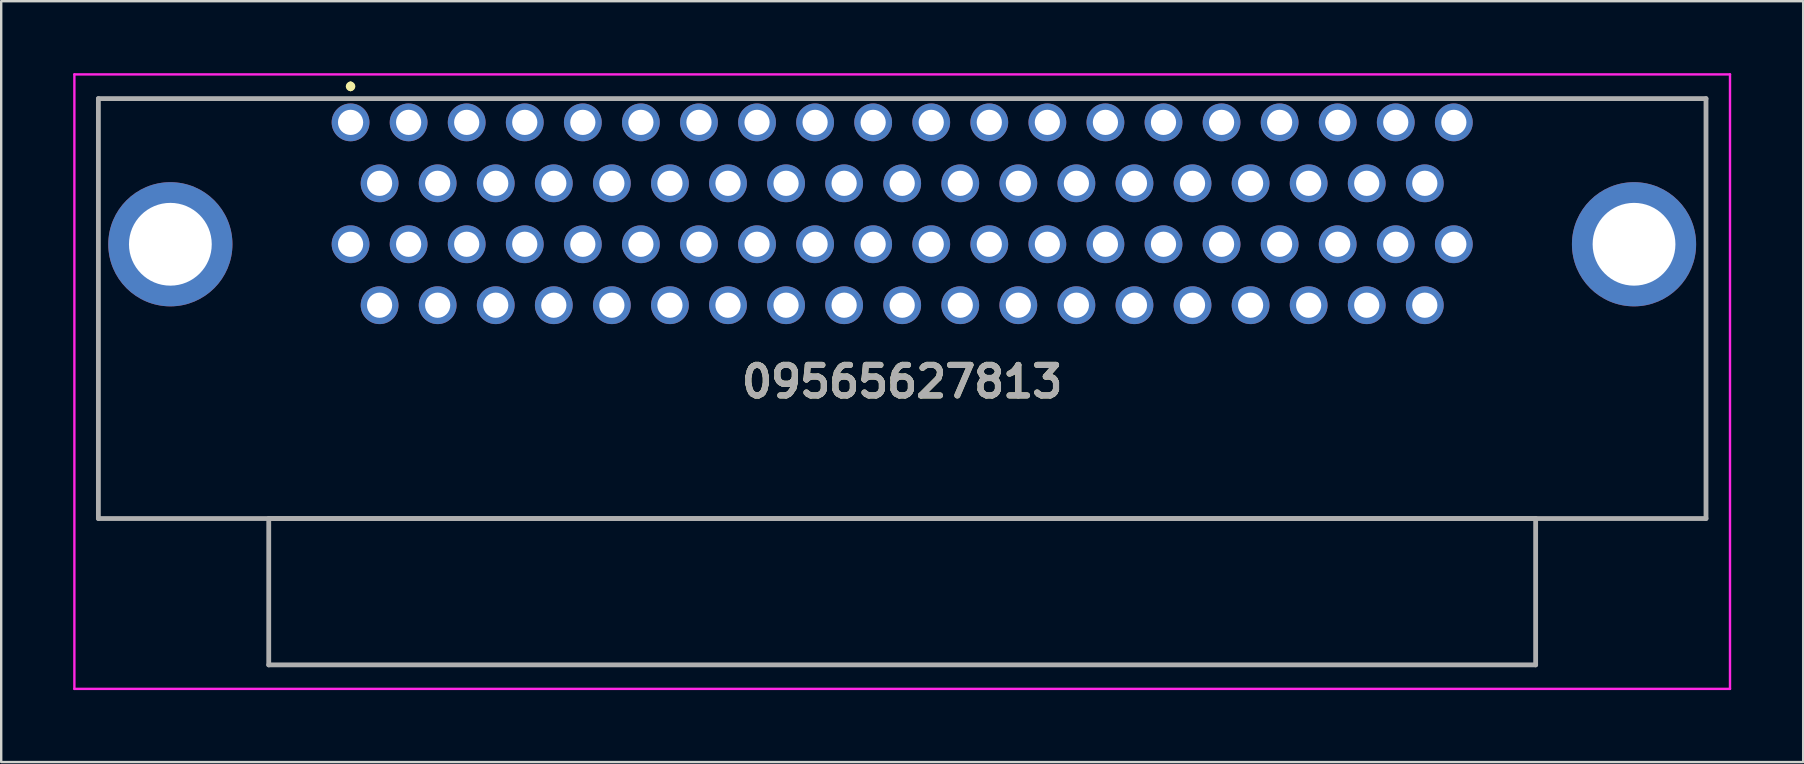
<source format=kicad_pcb>
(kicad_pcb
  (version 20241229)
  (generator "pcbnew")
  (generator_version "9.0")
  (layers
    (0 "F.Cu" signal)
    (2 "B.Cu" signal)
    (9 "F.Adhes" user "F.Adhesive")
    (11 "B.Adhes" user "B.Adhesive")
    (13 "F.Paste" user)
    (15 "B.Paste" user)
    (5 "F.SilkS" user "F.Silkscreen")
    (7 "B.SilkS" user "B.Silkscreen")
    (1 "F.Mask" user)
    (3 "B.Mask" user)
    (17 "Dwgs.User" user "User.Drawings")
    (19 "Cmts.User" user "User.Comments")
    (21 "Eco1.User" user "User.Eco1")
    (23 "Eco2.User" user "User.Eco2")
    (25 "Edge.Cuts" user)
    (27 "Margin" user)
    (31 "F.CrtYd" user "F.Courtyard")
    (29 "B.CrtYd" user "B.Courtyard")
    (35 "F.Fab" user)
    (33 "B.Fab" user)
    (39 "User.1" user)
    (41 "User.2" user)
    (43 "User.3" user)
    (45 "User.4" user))
  (footprint "09565627813"
    (layer "F.Cu")
    (at 11.56 2.05)
    (property "Reference" "09565627813" (at 22.99 10.805 0) (layer "F.SilkS") (effects (font (size 1.27 1.27) (thickness 0.254))))
    (attr through_hole)
    (fp_line (start -10.51 16.5) (end 56.49 16.5) (stroke (width 0.1) (type solid)) (layer "F.SilkS"))
    (fp_line (start -10.5 -0.99) (end -10.51 16.5) (stroke (width 0.1) (type solid)) (layer "F.SilkS"))
    (fp_line (start -1 -0.99) (end -10.5 -0.99) (stroke (width 0.1) (type solid)) (layer "F.SilkS"))
    (fp_line (start 0 -1.6) (end 0 -1.6) (stroke (width 0.2) (type solid)) (layer "F.SilkS"))
    (fp_line (start 0 -1.4) (end 0 -1.4) (stroke (width 0.2) (type solid)) (layer "F.SilkS"))
    (fp_line (start 56.49 -1) (end 47.5 -1) (stroke (width 0.1) (type solid)) (layer "F.SilkS"))
    (fp_line (start 56.49 16.5) (end 56.49 -1) (stroke (width 0.1) (type solid)) (layer "F.SilkS"))
    (fp_arc (start 0 -1.6) (mid 0.1 -1.5) (end 0 -1.4) (stroke (width 0.2) (type solid)) (layer "F.SilkS"))
    (fp_arc (start 0 -1.4) (mid -0.1 -1.5) (end 0 -1.6) (stroke (width 0.2) (type solid)) (layer "F.SilkS"))
    (fp_line (start -11.51 -2) (end 57.49 -2) (stroke (width 0.1) (type solid)) (layer "F.CrtYd"))
    (fp_line (start -11.51 23.61) (end -11.51 -2) (stroke (width 0.1) (type solid)) (layer "F.CrtYd"))
    (fp_line (start 57.49 -2) (end 57.49 23.61) (stroke (width 0.1) (type solid)) (layer "F.CrtYd"))
    (fp_line (start 57.49 23.61) (end -11.51 23.61) (stroke (width 0.1) (type solid)) (layer "F.CrtYd"))
    (fp_line (start -10.51 -0.99) (end 56.49 -0.99) (stroke (width 0.2) (type solid)) (layer "F.Fab"))
    (fp_line (start -10.51 16.51) (end -10.51 -0.99) (stroke (width 0.2) (type solid)) (layer "F.Fab"))
    (fp_line (start -3.41 16.51) (end 49.39 16.51) (stroke (width 0.2) (type solid)) (layer "F.Fab"))
    (fp_line (start -3.41 22.61) (end -3.41 16.51) (stroke (width 0.2) (type solid)) (layer "F.Fab"))
    (fp_line (start 49.39 16.51) (end 49.39 22.61) (stroke (width 0.2) (type solid)) (layer "F.Fab"))
    (fp_line (start 49.39 22.61) (end -3.41 22.61) (stroke (width 0.2) (type solid)) (layer "F.Fab"))
    (fp_line (start 56.49 -0.99) (end 56.49 16.51) (stroke (width 0.2) (type solid)) (layer "F.Fab"))
    (fp_line (start 56.49 16.51) (end -10.51 16.51) (stroke (width 0.2) (type solid)) (layer "F.Fab"))
    (fp_text user "${REFERENCE}" (at 22.99 10.805 0) (layer "F.Fab") (effects (font (size 1.27 1.27) (thickness 0.254))))
    (pad "1" thru_hole circle (at 0 0) (size 1.575 1.575) (drill 1.05) (layers "*.Cu" "*.Mask"))
    (pad "2" thru_hole circle (at 2.42 0) (size 1.575 1.575) (drill 1.05) (layers "*.Cu" "*.Mask"))
    (pad "3" thru_hole circle (at 4.84 0) (size 1.575 1.575) (drill 1.05) (layers "*.Cu" "*.Mask"))
    (pad "4" thru_hole circle (at 7.26 0) (size 1.575 1.575) (drill 1.05) (layers "*.Cu" "*.Mask"))
    (pad "5" thru_hole circle (at 9.68 0) (size 1.575 1.575) (drill 1.05) (layers "*.Cu" "*.Mask"))
    (pad "6" thru_hole circle (at 12.1 0) (size 1.575 1.575) (drill 1.05) (layers "*.Cu" "*.Mask"))
    (pad "7" thru_hole circle (at 14.52 0) (size 1.575 1.575) (drill 1.05) (layers "*.Cu" "*.Mask"))
    (pad "8" thru_hole circle (at 16.94 0) (size 1.575 1.575) (drill 1.05) (layers "*.Cu" "*.Mask"))
    (pad "9" thru_hole circle (at 19.36 0) (size 1.575 1.575) (drill 1.05) (layers "*.Cu" "*.Mask"))
    (pad "10" thru_hole circle (at 21.78 0) (size 1.575 1.575) (drill 1.05) (layers "*.Cu" "*.Mask"))
    (pad "11" thru_hole circle (at 24.2 0) (size 1.575 1.575) (drill 1.05) (layers "*.Cu" "*.Mask"))
    (pad "12" thru_hole circle (at 26.62 0) (size 1.575 1.575) (drill 1.05) (layers "*.Cu" "*.Mask"))
    (pad "13" thru_hole circle (at 29.04 0) (size 1.575 1.575) (drill 1.05) (layers "*.Cu" "*.Mask"))
    (pad "14" thru_hole circle (at 31.46 0) (size 1.575 1.575) (drill 1.05) (layers "*.Cu" "*.Mask"))
    (pad "15" thru_hole circle (at 33.88 0) (size 1.575 1.575) (drill 1.05) (layers "*.Cu" "*.Mask"))
    (pad "16" thru_hole circle (at 36.3 0) (size 1.575 1.575) (drill 1.05) (layers "*.Cu" "*.Mask"))
    (pad "17" thru_hole circle (at 38.72 0) (size 1.575 1.575) (drill 1.05) (layers "*.Cu" "*.Mask"))
    (pad "18" thru_hole circle (at 41.14 0) (size 1.575 1.575) (drill 1.05) (layers "*.Cu" "*.Mask"))
    (pad "19" thru_hole circle (at 43.56 0) (size 1.575 1.575) (drill 1.05) (layers "*.Cu" "*.Mask"))
    (pad "20" thru_hole circle (at 45.98 0) (size 1.575 1.575) (drill 1.05) (layers "*.Cu" "*.Mask"))
    (pad "21" thru_hole circle (at 1.21 2.54) (size 1.575 1.575) (drill 1.05) (layers "*.Cu" "*.Mask"))
    (pad "22" thru_hole circle (at 3.63 2.54) (size 1.575 1.575) (drill 1.05) (layers "*.Cu" "*.Mask"))
    (pad "23" thru_hole circle (at 6.05 2.54) (size 1.575 1.575) (drill 1.05) (layers "*.Cu" "*.Mask"))
    (pad "24" thru_hole circle (at 8.47 2.54) (size 1.575 1.575) (drill 1.05) (layers "*.Cu" "*.Mask"))
    (pad "25" thru_hole circle (at 10.89 2.54) (size 1.575 1.575) (drill 1.05) (layers "*.Cu" "*.Mask"))
    (pad "26" thru_hole circle (at 13.31 2.54) (size 1.575 1.575) (drill 1.05) (layers "*.Cu" "*.Mask"))
    (pad "27" thru_hole circle (at 15.73 2.54) (size 1.575 1.575) (drill 1.05) (layers "*.Cu" "*.Mask"))
    (pad "28" thru_hole circle (at 18.15 2.54) (size 1.575 1.575) (drill 1.05) (layers "*.Cu" "*.Mask"))
    (pad "29" thru_hole circle (at 20.57 2.54) (size 1.575 1.575) (drill 1.05) (layers "*.Cu" "*.Mask"))
    (pad "30" thru_hole circle (at 22.99 2.54) (size 1.575 1.575) (drill 1.05) (layers "*.Cu" "*.Mask"))
    (pad "31" thru_hole circle (at 25.41 2.54) (size 1.575 1.575) (drill 1.05) (layers "*.Cu" "*.Mask"))
    (pad "32" thru_hole circle (at 27.83 2.54) (size 1.575 1.575) (drill 1.05) (layers "*.Cu" "*.Mask"))
    (pad "33" thru_hole circle (at 30.25 2.54) (size 1.575 1.575) (drill 1.05) (layers "*.Cu" "*.Mask"))
    (pad "34" thru_hole circle (at 32.67 2.54) (size 1.575 1.575) (drill 1.05) (layers "*.Cu" "*.Mask"))
    (pad "35" thru_hole circle (at 35.09 2.54) (size 1.575 1.575) (drill 1.05) (layers "*.Cu" "*.Mask"))
    (pad "36" thru_hole circle (at 37.51 2.54) (size 1.575 1.575) (drill 1.05) (layers "*.Cu" "*.Mask"))
    (pad "37" thru_hole circle (at 39.93 2.54) (size 1.575 1.575) (drill 1.05) (layers "*.Cu" "*.Mask"))
    (pad "38" thru_hole circle (at 42.35 2.54) (size 1.575 1.575) (drill 1.05) (layers "*.Cu" "*.Mask"))
    (pad "39" thru_hole circle (at 44.77 2.54) (size 1.575 1.575) (drill 1.05) (layers "*.Cu" "*.Mask"))
    (pad "40" thru_hole circle (at 0 5.08) (size 1.575 1.575) (drill 1.05) (layers "*.Cu" "*.Mask"))
    (pad "41" thru_hole circle (at 2.42 5.08) (size 1.575 1.575) (drill 1.05) (layers "*.Cu" "*.Mask"))
    (pad "42" thru_hole circle (at 4.84 5.08) (size 1.575 1.575) (drill 1.05) (layers "*.Cu" "*.Mask"))
    (pad "43" thru_hole circle (at 7.26 5.08) (size 1.575 1.575) (drill 1.05) (layers "*.Cu" "*.Mask"))
    (pad "44" thru_hole circle (at 9.68 5.08) (size 1.575 1.575) (drill 1.05) (layers "*.Cu" "*.Mask"))
    (pad "45" thru_hole circle (at 12.1 5.08) (size 1.575 1.575) (drill 1.05) (layers "*.Cu" "*.Mask"))
    (pad "46" thru_hole circle (at 14.52 5.08) (size 1.575 1.575) (drill 1.05) (layers "*.Cu" "*.Mask"))
    (pad "47" thru_hole circle (at 16.94 5.08) (size 1.575 1.575) (drill 1.05) (layers "*.Cu" "*.Mask"))
    (pad "48" thru_hole circle (at 19.36 5.08) (size 1.575 1.575) (drill 1.05) (layers "*.Cu" "*.Mask"))
    (pad "49" thru_hole circle (at 21.78 5.08) (size 1.575 1.575) (drill 1.05) (layers "*.Cu" "*.Mask"))
    (pad "50" thru_hole circle (at 24.2 5.08) (size 1.575 1.575) (drill 1.05) (layers "*.Cu" "*.Mask"))
    (pad "51" thru_hole circle (at 26.62 5.08) (size 1.575 1.575) (drill 1.05) (layers "*.Cu" "*.Mask"))
    (pad "52" thru_hole circle (at 29.04 5.08) (size 1.575 1.575) (drill 1.05) (layers "*.Cu" "*.Mask"))
    (pad "53" thru_hole circle (at 31.46 5.08) (size 1.575 1.575) (drill 1.05) (layers "*.Cu" "*.Mask"))
    (pad "54" thru_hole circle (at 33.88 5.08) (size 1.575 1.575) (drill 1.05) (layers "*.Cu" "*.Mask"))
    (pad "55" thru_hole circle (at 36.3 5.08) (size 1.575 1.575) (drill 1.05) (layers "*.Cu" "*.Mask"))
    (pad "56" thru_hole circle (at 38.72 5.08) (size 1.575 1.575) (drill 1.05) (layers "*.Cu" "*.Mask"))
    (pad "57" thru_hole circle (at 41.14 5.08) (size 1.575 1.575) (drill 1.05) (layers "*.Cu" "*.Mask"))
    (pad "58" thru_hole circle (at 43.56 5.08) (size 1.575 1.575) (drill 1.05) (layers "*.Cu" "*.Mask"))
    (pad "59" thru_hole circle (at 45.98 5.08) (size 1.575 1.575) (drill 1.05) (layers "*.Cu" "*.Mask"))
    (pad "60" thru_hole circle (at 1.21 7.62) (size 1.575 1.575) (drill 1.05) (layers "*.Cu" "*.Mask"))
    (pad "61" thru_hole circle (at 3.63 7.62) (size 1.575 1.575) (drill 1.05) (layers "*.Cu" "*.Mask"))
    (pad "62" thru_hole circle (at 6.05 7.62) (size 1.575 1.575) (drill 1.05) (layers "*.Cu" "*.Mask"))
    (pad "63" thru_hole circle (at 8.47 7.62) (size 1.575 1.575) (drill 1.05) (layers "*.Cu" "*.Mask"))
    (pad "64" thru_hole circle (at 10.89 7.62) (size 1.575 1.575) (drill 1.05) (layers "*.Cu" "*.Mask"))
    (pad "65" thru_hole circle (at 13.31 7.62) (size 1.575 1.575) (drill 1.05) (layers "*.Cu" "*.Mask"))
    (pad "66" thru_hole circle (at 15.73 7.62) (size 1.575 1.575) (drill 1.05) (layers "*.Cu" "*.Mask"))
    (pad "67" thru_hole circle (at 18.15 7.62) (size 1.575 1.575) (drill 1.05) (layers "*.Cu" "*.Mask"))
    (pad "68" thru_hole circle (at 20.57 7.62) (size 1.575 1.575) (drill 1.05) (layers "*.Cu" "*.Mask"))
    (pad "69" thru_hole circle (at 22.99 7.62) (size 1.575 1.575) (drill 1.05) (layers "*.Cu" "*.Mask"))
    (pad "70" thru_hole circle (at 25.41 7.62) (size 1.575 1.575) (drill 1.05) (layers "*.Cu" "*.Mask"))
    (pad "71" thru_hole circle (at 27.83 7.62) (size 1.575 1.575) (drill 1.05) (layers "*.Cu" "*.Mask"))
    (pad "72" thru_hole circle (at 30.25 7.62) (size 1.575 1.575) (drill 1.05) (layers "*.Cu" "*.Mask"))
    (pad "73" thru_hole circle (at 32.67 7.62) (size 1.575 1.575) (drill 1.05) (layers "*.Cu" "*.Mask"))
    (pad "74" thru_hole circle (at 35.09 7.62) (size 1.575 1.575) (drill 1.05) (layers "*.Cu" "*.Mask"))
    (pad "75" thru_hole circle (at 37.51 7.62) (size 1.575 1.575) (drill 1.05) (layers "*.Cu" "*.Mask"))
    (pad "76" thru_hole circle (at 39.93 7.62) (size 1.575 1.575) (drill 1.05) (layers "*.Cu" "*.Mask"))
    (pad "77" thru_hole circle (at 42.35 7.62) (size 1.575 1.575) (drill 1.05) (layers "*.Cu" "*.Mask"))
    (pad "78" thru_hole circle (at 44.77 7.62) (size 1.575 1.575) (drill 1.05) (layers "*.Cu" "*.Mask"))
    (pad "MH1" thru_hole circle (at -7.51 5.08) (size 5.175 5.175) (drill 3.45) (layers "*.Cu" "*.Mask"))
    (pad "MH2" thru_hole circle (at 53.49 5.08) (size 5.175 5.175) (drill 3.45) (layers "*.Cu" "*.Mask")))
  (gr_rect
    (start -3 -3)
    (end 72.1 28.71)
    (stroke (width 0.1) (type default))
    (fill no)
    (layer "Edge.Cuts")))
</source>
